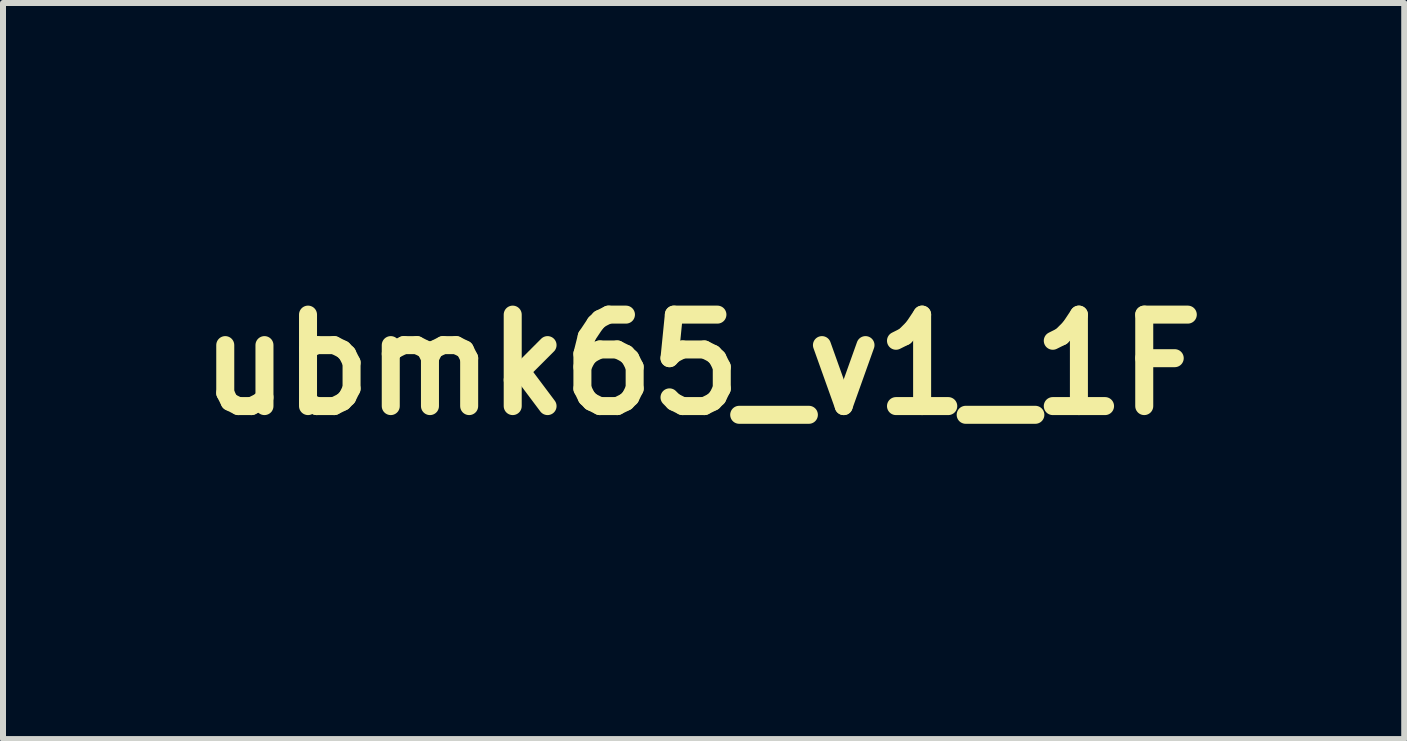
<source format=kicad_pcb>
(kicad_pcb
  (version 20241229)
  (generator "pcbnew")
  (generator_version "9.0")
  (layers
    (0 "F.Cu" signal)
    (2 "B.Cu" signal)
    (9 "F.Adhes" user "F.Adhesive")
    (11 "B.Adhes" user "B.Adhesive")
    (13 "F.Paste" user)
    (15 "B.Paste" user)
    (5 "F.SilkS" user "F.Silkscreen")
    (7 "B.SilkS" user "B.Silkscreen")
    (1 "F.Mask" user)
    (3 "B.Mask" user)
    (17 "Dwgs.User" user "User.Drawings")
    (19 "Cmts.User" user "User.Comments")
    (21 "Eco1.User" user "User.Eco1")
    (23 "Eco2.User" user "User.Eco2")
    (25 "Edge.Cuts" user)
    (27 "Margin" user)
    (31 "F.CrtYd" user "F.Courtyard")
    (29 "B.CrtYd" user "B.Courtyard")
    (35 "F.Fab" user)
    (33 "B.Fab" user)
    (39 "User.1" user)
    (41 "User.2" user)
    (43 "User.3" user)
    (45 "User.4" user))
  (footprint "ubmk65_v1_1F"
    (layer "F.Cu")
    (at 8.65 3.027)
    (property "Reference" "ubmk65_v1_1F" (at 0 0 0) (layer "F.SilkS") (effects (font (size 1.524 1.524) (thickness 0.3))))
    (attr through_hole)
    (fp_poly (pts (xy -5.858 1.968) (xy -5.67 1.968) (xy -5.67 2.249) (xy -6.373 2.249) (xy -6.373 1.968) (xy -6.161 1.968) (xy -6.174 1.418) (xy -6.35 1.403) (xy -6.35 1.148) (xy -5.858 1.148) (xy -5.858 1.968)) (stroke (width 0.01) (type solid)) (fill yes) (layer "F.Mask"))
    (fp_poly (pts (xy -7.123 1.968) (xy -6.936 1.968) (xy -6.936 2.249) (xy -7.639 2.249) (xy -7.639 1.968) (xy -7.426 1.968) (xy -7.433 1.693) (xy -7.44 1.418) (xy -7.615 1.403) (xy -7.615 1.148) (xy -7.123 1.148) (xy -7.123 1.968)) (stroke (width 0.01) (type solid)) (fill yes) (layer "F.Mask"))
    (fp_poly (pts (xy 6.061 0.112) (xy 6.111 0.156) (xy 6.138 0.209) (xy 6.139 0.219) (xy 6.121 0.286) (xy 6.067 0.322) (xy 6.022 0.328) (xy 5.965 0.318) (xy 5.933 0.3) (xy 5.908 0.248) (xy 5.913 0.186) (xy 5.941 0.13) (xy 5.987 0.097) (xy 6.007 0.094) (xy 6.061 0.112)) (stroke (width 0.01) (type solid)) (fill yes) (layer "F.Mask"))
    (fp_poly (pts (xy -6.575 1.964) (xy -6.52 2.013) (xy -6.494 2.079) (xy -6.5 2.151) (xy -6.542 2.216) (xy -6.552 2.224) (xy -6.627 2.266) (xy -6.694 2.263) (xy -6.761 2.215) (xy -6.761 2.215) (xy -6.809 2.148) (xy -6.812 2.081) (xy -6.77 2.007) (xy -6.77 2.007) (xy -6.705 1.955) (xy -6.653 1.945) (xy -6.575 1.964)) (stroke (width 0.01) (type solid)) (fill yes) (layer "F.Mask"))
    (fp_poly (pts (xy -0.428 1.435) (xy -0.176 1.687) (xy -0.422 1.933) (xy -0.508 2.019) (xy -0.584 2.092) (xy -0.641 2.146) (xy -0.674 2.176) (xy -0.68 2.179) (xy -0.7 2.163) (xy -0.746 2.12) (xy -0.814 2.055) (xy -0.896 1.974) (xy -0.937 1.933) (xy -1.183 1.687) (xy -0.931 1.435) (xy -0.68 1.184) (xy -0.428 1.435)) (stroke (width 0.01) (type solid)) (fill yes) (layer "F.Mask"))
    (fp_poly (pts (xy 6.356 -0.733) (xy 6.393 -0.716) (xy 6.464 -0.657) (xy 6.503 -0.575) (xy 6.51 -0.482) (xy 6.487 -0.391) (xy 6.433 -0.312) (xy 6.374 -0.27) (xy 6.278 -0.238) (xy 6.188 -0.248) (xy 6.123 -0.28) (xy 6.044 -0.345) (xy 6.005 -0.426) (xy 5.999 -0.492) (xy 6.019 -0.598) (xy 6.073 -0.679) (xy 6.153 -0.732) (xy 6.25 -0.752) (xy 6.356 -0.733)) (stroke (width 0.01) (type solid)) (fill yes) (layer "F.Mask"))
    (fp_poly (pts (xy -4.78 1.406) (xy -4.99 1.406) (xy -5.092 1.407) (xy -5.157 1.412) (xy -5.195 1.422) (xy -5.217 1.44) (xy -5.226 1.454) (xy -5.244 1.516) (xy -5.244 1.554) (xy -5.237 1.578) (xy -5.219 1.594) (xy -5.18 1.603) (xy -5.11 1.609) (xy -5.032 1.612) (xy -4.827 1.619) (xy -4.827 1.875) (xy -5.249 1.875) (xy -5.249 2.249) (xy -5.577 2.249) (xy -5.577 1.81) (xy -5.576 1.653) (xy -5.574 1.536) (xy -5.571 1.451) (xy -5.564 1.392) (xy -5.555 1.35) (xy -5.541 1.319) (xy -5.532 1.304) (xy -5.487 1.243) (xy -5.437 1.2) (xy -5.375 1.172) (xy -5.29 1.156) (xy -5.174 1.15) (xy -5.067 1.148) (xy -4.78 1.148) (xy -4.78 1.406)) (stroke (width 0.01) (type solid)) (fill yes) (layer "F.Mask"))
    (fp_poly (pts (xy -7.92 -1.246) (xy -7.848 -1.185) (xy -7.757 -1.134) (xy -7.662 -1.128) (xy -7.572 -1.166) (xy -7.552 -1.181) (xy -7.486 -1.238) (xy -7.479 -1.732) (xy -7.472 -2.226) (xy -6.886 -2.226) (xy -6.893 -1.658) (xy -6.901 -1.09) (xy -6.97 -0.965) (xy -7.074 -0.822) (xy -7.21 -0.714) (xy -7.378 -0.64) (xy -7.577 -0.601) (xy -7.623 -0.598) (xy -7.74 -0.596) (xy -7.856 -0.606) (xy -7.92 -0.617) (xy -8.108 -0.681) (xy -8.263 -0.778) (xy -8.384 -0.906) (xy -8.45 -1.019) (xy -8.468 -1.059) (xy -8.481 -1.097) (xy -8.491 -1.141) (xy -8.498 -1.198) (xy -8.502 -1.275) (xy -8.504 -1.378) (xy -8.505 -1.514) (xy -8.505 -1.681) (xy -8.506 -2.226) (xy -7.92 -2.226) (xy -7.92 -1.246)) (stroke (width 0.01) (type solid)) (fill yes) (layer "F.Mask"))
    (fp_poly (pts (xy 1.828 1.153) (xy 1.939 1.17) (xy 2.021 1.203) (xy 2.081 1.255) (xy 2.127 1.33) (xy 2.135 1.345) (xy 2.171 1.465) (xy 2.166 1.575) (xy 2.118 1.678) (xy 2.025 1.778) (xy 1.927 1.851) (xy 1.769 1.957) (xy 1.974 1.963) (xy 2.179 1.97) (xy 2.179 2.249) (xy 1.88 2.248) (xy 1.763 2.246) (xy 1.658 2.241) (xy 1.578 2.235) (xy 1.534 2.227) (xy 1.532 2.226) (xy 1.462 2.176) (xy 1.408 2.099) (xy 1.383 2.013) (xy 1.382 2.002) (xy 1.391 1.944) (xy 1.418 1.889) (xy 1.471 1.829) (xy 1.555 1.759) (xy 1.664 1.679) (xy 1.77 1.597) (xy 1.831 1.53) (xy 1.849 1.477) (xy 1.822 1.44) (xy 1.75 1.416) (xy 1.634 1.406) (xy 1.601 1.406) (xy 1.429 1.406) (xy 1.429 1.148) (xy 1.678 1.148) (xy 1.828 1.153)) (stroke (width 0.01) (type solid)) (fill yes) (layer "F.Mask"))
    (fp_poly (pts (xy 3.819 1.153) (xy 3.931 1.17) (xy 4.012 1.203) (xy 4.072 1.255) (xy 4.119 1.33) (xy 4.126 1.345) (xy 4.163 1.465) (xy 4.158 1.575) (xy 4.11 1.678) (xy 4.017 1.778) (xy 3.919 1.851) (xy 3.761 1.957) (xy 3.966 1.963) (xy 4.171 1.97) (xy 4.171 2.249) (xy 3.872 2.248) (xy 3.754 2.246) (xy 3.65 2.241) (xy 3.57 2.235) (xy 3.525 2.227) (xy 3.524 2.226) (xy 3.453 2.176) (xy 3.399 2.099) (xy 3.375 2.013) (xy 3.374 2.002) (xy 3.382 1.944) (xy 3.41 1.889) (xy 3.463 1.829) (xy 3.547 1.759) (xy 3.655 1.679) (xy 3.761 1.597) (xy 3.823 1.53) (xy 3.841 1.477) (xy 3.814 1.44) (xy 3.742 1.416) (xy 3.626 1.406) (xy 3.592 1.406) (xy 3.421 1.406) (xy 3.421 1.148) (xy 3.67 1.148) (xy 3.819 1.153)) (stroke (width 0.01) (type solid)) (fill yes) (layer "F.Mask"))
    (fp_poly (pts (xy 6.35 -2.311) (xy 6.642 -2.271) (xy 6.918 -2.19) (xy 7.174 -2.068) (xy 7.406 -1.907) (xy 7.611 -1.711) (xy 7.786 -1.481) (xy 7.847 -1.381) (xy 7.901 -1.265) (xy 7.918 -1.171) (xy 7.899 -1.093) (xy 7.851 -1.029) (xy 7.77 -0.974) (xy 7.683 -0.963) (xy 7.598 -0.996) (xy 7.598 -0.996) (xy 7.561 -1.035) (xy 7.515 -1.101) (xy 7.47 -1.177) (xy 7.361 -1.341) (xy 7.217 -1.497) (xy 7.05 -1.633) (xy 6.884 -1.733) (xy 6.648 -1.829) (xy 6.418 -1.881) (xy 6.188 -1.888) (xy 5.951 -1.852) (xy 5.786 -1.804) (xy 5.659 -1.765) (xy 5.566 -1.746) (xy 5.519 -1.748) (xy 5.443 -1.788) (xy 5.392 -1.856) (xy 5.368 -1.94) (xy 5.377 -2.024) (xy 5.42 -2.095) (xy 5.504 -2.155) (xy 5.625 -2.208) (xy 5.774 -2.253) (xy 5.94 -2.287) (xy 6.115 -2.307) (xy 6.288 -2.313) (xy 6.35 -2.311)) (stroke (width 0.01) (type solid)) (fill yes) (layer "F.Mask"))
    (fp_poly (pts (xy 6.499 -1.573) (xy 6.703 -1.508) (xy 6.89 -1.41) (xy 6.952 -1.366) (xy 7.026 -1.298) (xy 7.106 -1.205) (xy 7.18 -1.103) (xy 7.238 -1.007) (xy 7.264 -0.947) (xy 7.277 -0.848) (xy 7.248 -0.763) (xy 7.181 -0.701) (xy 7.155 -0.688) (xy 7.093 -0.664) (xy 7.052 -0.659) (xy 7.011 -0.672) (xy 6.983 -0.686) (xy 6.937 -0.723) (xy 6.883 -0.783) (xy 6.852 -0.827) (xy 6.787 -0.921) (xy 6.731 -0.986) (xy 6.67 -1.036) (xy 6.591 -1.082) (xy 6.554 -1.101) (xy 6.391 -1.158) (xy 6.22 -1.173) (xy 6.052 -1.146) (xy 6.022 -1.136) (xy 5.906 -1.106) (xy 5.816 -1.108) (xy 5.745 -1.143) (xy 5.728 -1.159) (xy 5.686 -1.229) (xy 5.67 -1.316) (xy 5.684 -1.399) (xy 5.703 -1.435) (xy 5.758 -1.481) (xy 5.849 -1.525) (xy 5.963 -1.563) (xy 6.09 -1.591) (xy 6.091 -1.591) (xy 6.291 -1.602) (xy 6.499 -1.573)) (stroke (width 0.01) (type solid)) (fill yes) (layer "F.Mask"))
    (fp_poly (pts (xy 8.311 1.421) (xy 8.406 1.456) (xy 8.514 1.531) (xy 8.589 1.634) (xy 8.631 1.754) (xy 8.638 1.882) (xy 8.608 2.01) (xy 8.54 2.128) (xy 8.526 2.144) (xy 8.44 2.214) (xy 8.338 2.256) (xy 8.233 2.267) (xy 8.136 2.246) (xy 8.08 2.21) (xy 8.059 2.194) (xy 8.047 2.197) (xy 8.04 2.225) (xy 8.037 2.286) (xy 8.037 2.375) (xy 8.037 2.577) (xy 7.73 2.577) (xy 7.737 2.125) (xy 7.742 1.838) (xy 8.037 1.838) (xy 8.056 1.911) (xy 8.104 1.962) (xy 8.168 1.986) (xy 8.235 1.978) (xy 8.283 1.945) (xy 8.318 1.878) (xy 8.321 1.804) (xy 8.296 1.734) (xy 8.249 1.683) (xy 8.186 1.664) (xy 8.138 1.683) (xy 8.088 1.73) (xy 8.05 1.79) (xy 8.037 1.838) (xy 7.742 1.838) (xy 7.744 1.672) (xy 7.812 1.583) (xy 7.911 1.49) (xy 8.034 1.431) (xy 8.171 1.407) (xy 8.311 1.421)) (stroke (width 0.01) (type solid)) (fill yes) (layer "F.Mask"))
    (fp_poly (pts (xy -1.195 -1.637) (xy -1.131 -1.645) (xy -1.102 -1.653) (xy -1.073 -1.674) (xy -1.04 -1.715) (xy -0.998 -1.782) (xy -0.941 -1.881) (xy -0.912 -1.933) (xy -0.757 -2.214) (xy -0.425 -2.221) (xy -0.307 -2.222) (xy -0.207 -2.222) (xy -0.134 -2.219) (xy -0.097 -2.215) (xy -0.094 -2.214) (xy -0.106 -2.19) (xy -0.139 -2.134) (xy -0.189 -2.053) (xy -0.251 -1.954) (xy -0.291 -1.892) (xy -0.488 -1.583) (xy -0.426 -1.545) (xy -0.33 -1.473) (xy -0.259 -1.385) (xy -0.209 -1.273) (xy -0.179 -1.132) (xy -0.165 -0.955) (xy -0.164 -0.866) (xy -0.164 -0.633) (xy -0.746 -0.633) (xy -0.754 -0.881) (xy -0.758 -0.991) (xy -0.763 -1.065) (xy -0.773 -1.114) (xy -0.79 -1.148) (xy -0.816 -1.177) (xy -0.838 -1.197) (xy -0.889 -1.237) (xy -0.94 -1.257) (xy -1.011 -1.265) (xy -1.055 -1.265) (xy -1.195 -1.265) (xy -1.195 -0.633) (xy -1.781 -0.633) (xy -1.781 -2.859) (xy -1.195 -2.859) (xy -1.195 -1.637)) (stroke (width 0.01) (type solid)) (fill yes) (layer "F.Mask"))
    (fp_poly (pts (xy 8.055 -0.117) (xy 8.194 -0.116) (xy 8.298 -0.114) (xy 8.374 -0.111) (xy 8.429 -0.105) (xy 8.467 -0.097) (xy 8.497 -0.085) (xy 8.523 -0.07) (xy 8.532 -0.064) (xy 8.619 0.019) (xy 8.671 0.12) (xy 8.689 0.23) (xy 8.674 0.339) (xy 8.625 0.437) (xy 8.544 0.515) (xy 8.498 0.54) (xy 8.462 0.555) (xy 8.42 0.566) (xy 8.366 0.574) (xy 8.294 0.579) (xy 8.197 0.583) (xy 8.067 0.585) (xy 7.898 0.585) (xy 7.872 0.585) (xy 7.7 0.585) (xy 7.569 0.584) (xy 7.47 0.582) (xy 7.398 0.578) (xy 7.345 0.571) (xy 7.304 0.56) (xy 7.269 0.547) (xy 7.241 0.533) (xy 7.144 0.46) (xy 7.082 0.365) (xy 7.054 0.257) (xy 7.063 0.147) (xy 7.107 0.043) (xy 7.187 -0.046) (xy 7.223 -0.07) (xy 7.249 -0.085) (xy 7.28 -0.096) (xy 7.322 -0.104) (xy 7.379 -0.11) (xy 7.46 -0.114) (xy 7.569 -0.116) (xy 7.713 -0.117) (xy 7.875 -0.117) (xy 8.055 -0.117)) (stroke (width 0.01) (type solid)) (fill yes) (layer "F.Mask"))
    (fp_poly (pts (xy 3.421 -2.226) (xy 2.624 -2.226) (xy 2.624 -2.022) (xy 2.833 -2.009) (xy 3.009 -1.987) (xy 3.152 -1.946) (xy 3.27 -1.881) (xy 3.376 -1.787) (xy 3.387 -1.775) (xy 3.484 -1.635) (xy 3.54 -1.481) (xy 3.557 -1.322) (xy 3.536 -1.164) (xy 3.479 -1.014) (xy 3.387 -0.878) (xy 3.262 -0.764) (xy 3.141 -0.694) (xy 3.103 -0.678) (xy 3.062 -0.665) (xy 3.012 -0.656) (xy 2.945 -0.649) (xy 2.855 -0.645) (xy 2.735 -0.641) (xy 2.579 -0.638) (xy 2.49 -0.637) (xy 1.945 -0.63) (xy 1.945 -1.172) (xy 2.375 -1.172) (xy 2.528 -1.172) (xy 2.642 -1.173) (xy 2.723 -1.177) (xy 2.78 -1.183) (xy 2.818 -1.192) (xy 2.846 -1.205) (xy 2.867 -1.22) (xy 2.919 -1.285) (xy 2.929 -1.336) (xy 2.906 -1.41) (xy 2.867 -1.451) (xy 2.841 -1.469) (xy 2.81 -1.482) (xy 2.767 -1.491) (xy 2.704 -1.496) (xy 2.613 -1.499) (xy 2.487 -1.5) (xy 2.41 -1.5) (xy 2.015 -1.5) (xy 2.015 -2.765) (xy 3.421 -2.765) (xy 3.421 -2.226)) (stroke (width 0.01) (type solid)) (fill yes) (layer "F.Mask"))
    (fp_poly (pts (xy 6.51 -3.014) (xy 6.634 -3.001) (xy 6.951 -2.932) (xy 7.259 -2.82) (xy 7.552 -2.669) (xy 7.824 -2.482) (xy 8.068 -2.263) (xy 8.28 -2.015) (xy 8.348 -1.918) (xy 8.448 -1.761) (xy 8.517 -1.633) (xy 8.556 -1.53) (xy 8.566 -1.448) (xy 8.548 -1.381) (xy 8.504 -1.325) (xy 8.489 -1.312) (xy 8.411 -1.276) (xy 8.32 -1.268) (xy 8.242 -1.291) (xy 8.209 -1.324) (xy 8.168 -1.385) (xy 8.139 -1.437) (xy 7.99 -1.685) (xy 7.807 -1.915) (xy 7.745 -1.98) (xy 7.514 -2.18) (xy 7.26 -2.342) (xy 6.988 -2.465) (xy 6.703 -2.55) (xy 6.411 -2.593) (xy 6.115 -2.595) (xy 5.823 -2.554) (xy 5.537 -2.47) (xy 5.534 -2.468) (xy 5.406 -2.423) (xy 5.311 -2.399) (xy 5.24 -2.396) (xy 5.184 -2.415) (xy 5.133 -2.455) (xy 5.132 -2.456) (xy 5.074 -2.539) (xy 5.062 -2.623) (xy 5.097 -2.705) (xy 5.126 -2.74) (xy 5.218 -2.806) (xy 5.348 -2.867) (xy 5.51 -2.919) (xy 5.694 -2.962) (xy 5.895 -2.994) (xy 6.103 -3.015) (xy 6.31 -3.022) (xy 6.51 -3.014)) (stroke (width 0.01) (type solid)) (fill yes) (layer "F.Mask"))
    (fp_poly (pts (xy 6.608 1.404) (xy 6.081 1.418) (xy 6.081 1.476) (xy 6.083 1.505) (xy 6.096 1.524) (xy 6.131 1.535) (xy 6.195 1.542) (xy 6.271 1.547) (xy 6.374 1.556) (xy 6.445 1.57) (xy 6.5 1.593) (xy 6.545 1.624) (xy 6.621 1.708) (xy 6.662 1.811) (xy 6.668 1.922) (xy 6.643 2.03) (xy 6.586 2.125) (xy 6.5 2.196) (xy 6.466 2.212) (xy 6.402 2.23) (xy 6.315 2.242) (xy 6.195 2.248) (xy 6.08 2.249) (xy 5.788 2.249) (xy 5.788 1.992) (xy 6.032 1.992) (xy 6.15 1.99) (xy 6.229 1.985) (xy 6.28 1.974) (xy 6.31 1.957) (xy 6.314 1.954) (xy 6.345 1.908) (xy 6.335 1.872) (xy 6.281 1.844) (xy 6.184 1.824) (xy 6.114 1.816) (xy 6.011 1.799) (xy 5.922 1.773) (xy 5.884 1.755) (xy 5.805 1.683) (xy 5.759 1.587) (xy 5.744 1.48) (xy 5.76 1.371) (xy 5.809 1.274) (xy 5.888 1.198) (xy 5.892 1.195) (xy 5.929 1.176) (xy 5.972 1.163) (xy 6.029 1.154) (xy 6.111 1.15) (xy 6.227 1.148) (xy 6.288 1.148) (xy 6.608 1.148) (xy 6.608 1.404)) (stroke (width 0.01) (type solid)) (fill yes) (layer "F.Mask"))
    (fp_poly (pts (xy 7.368 1.439) (xy 7.397 1.451) (xy 7.467 1.492) (xy 7.522 1.541) (xy 7.534 1.556) (xy 7.572 1.637) (xy 7.598 1.734) (xy 7.606 1.824) (xy 7.601 1.864) (xy 7.593 1.889) (xy 7.578 1.906) (xy 7.547 1.916) (xy 7.491 1.92) (xy 7.402 1.921) (xy 7.343 1.921) (xy 7.243 1.923) (xy 7.163 1.928) (xy 7.112 1.934) (xy 7.1 1.94) (xy 7.116 1.977) (xy 7.168 2.001) (xy 7.259 2.013) (xy 7.339 2.015) (xy 7.522 2.015) (xy 7.522 2.249) (xy 7.328 2.248) (xy 7.223 2.244) (xy 7.124 2.233) (xy 7.049 2.217) (xy 7.041 2.214) (xy 6.935 2.155) (xy 6.848 2.063) (xy 6.793 1.953) (xy 6.782 1.905) (xy 6.781 1.765) (xy 6.796 1.717) (xy 7.085 1.717) (xy 7.085 1.741) (xy 7.125 1.754) (xy 7.208 1.757) (xy 7.282 1.757) (xy 7.318 1.751) (xy 7.324 1.737) (xy 7.307 1.708) (xy 7.305 1.705) (xy 7.25 1.656) (xy 7.183 1.646) (xy 7.121 1.677) (xy 7.085 1.717) (xy 6.796 1.717) (xy 6.82 1.642) (xy 6.891 1.54) (xy 6.988 1.464) (xy 7.104 1.419) (xy 7.233 1.409) (xy 7.368 1.439)) (stroke (width 0.01) (type solid)) (fill yes) (layer "F.Mask"))
    (fp_poly (pts (xy -7.792 1.43) (xy -7.733 1.433) (xy -7.709 1.436) (xy -7.709 1.436) (xy -7.716 1.464) (xy -7.736 1.526) (xy -7.766 1.614) (xy -7.801 1.719) (xy -7.839 1.83) (xy -7.878 1.94) (xy -7.912 2.038) (xy -7.941 2.116) (xy -7.959 2.164) (xy -7.963 2.172) (xy -8.008 2.217) (xy -8.081 2.253) (xy -8.163 2.271) (xy -8.187 2.272) (xy -8.244 2.26) (xy -8.298 2.237) (xy -8.349 2.199) (xy -8.377 2.162) (xy -8.389 2.128) (xy -8.413 2.06) (xy -8.444 1.969) (xy -8.48 1.864) (xy -8.518 1.754) (xy -8.554 1.647) (xy -8.585 1.553) (xy -8.609 1.482) (xy -8.621 1.442) (xy -8.623 1.436) (xy -8.601 1.433) (xy -8.545 1.43) (xy -8.466 1.429) (xy -8.46 1.429) (xy -8.372 1.431) (xy -8.32 1.439) (xy -8.294 1.454) (xy -8.286 1.47) (xy -8.277 1.51) (xy -8.26 1.583) (xy -8.238 1.678) (xy -8.224 1.741) (xy -8.202 1.836) (xy -8.182 1.91) (xy -8.168 1.953) (xy -8.162 1.96) (xy -8.152 1.934) (xy -8.136 1.872) (xy -8.116 1.787) (xy -8.106 1.742) (xy -8.084 1.643) (xy -8.065 1.556) (xy -8.052 1.496) (xy -8.049 1.482) (xy -8.038 1.454) (xy -8.016 1.438) (xy -7.97 1.431) (xy -7.891 1.429) (xy -7.873 1.429) (xy -7.792 1.43)) (stroke (width 0.01) (type solid)) (fill yes) (layer "F.Mask"))
    (fp_poly (pts (xy 2.941 1.143) (xy 3.058 1.194) (xy 3.152 1.274) (xy 3.167 1.294) (xy 3.189 1.328) (xy 3.205 1.364) (xy 3.214 1.411) (xy 3.219 1.478) (xy 3.221 1.575) (xy 3.222 1.689) (xy 3.221 1.817) (xy 3.219 1.908) (xy 3.214 1.971) (xy 3.204 2.014) (xy 3.188 2.049) (xy 3.164 2.083) (xy 3.159 2.09) (xy 3.096 2.154) (xy 3.021 2.207) (xy 3.006 2.215) (xy 2.907 2.248) (xy 2.79 2.264) (xy 2.678 2.263) (xy 2.617 2.25) (xy 2.516 2.2) (xy 2.425 2.123) (xy 2.36 2.035) (xy 2.358 2.03) (xy 2.339 1.975) (xy 2.327 1.899) (xy 2.321 1.792) (xy 2.32 1.693) (xy 2.624 1.693) (xy 2.626 1.789) (xy 2.633 1.851) (xy 2.648 1.893) (xy 2.675 1.927) (xy 2.682 1.934) (xy 2.731 1.973) (xy 2.774 1.992) (xy 2.777 1.992) (xy 2.818 1.976) (xy 2.867 1.938) (xy 2.871 1.934) (xy 2.901 1.9) (xy 2.918 1.86) (xy 2.927 1.803) (xy 2.929 1.715) (xy 2.929 1.693) (xy 2.924 1.568) (xy 2.905 1.483) (xy 2.87 1.432) (xy 2.816 1.409) (xy 2.777 1.406) (xy 2.71 1.416) (xy 2.665 1.451) (xy 2.638 1.517) (xy 2.626 1.619) (xy 2.624 1.693) (xy 2.32 1.693) (xy 2.32 1.684) (xy 2.321 1.563) (xy 2.326 1.477) (xy 2.336 1.416) (xy 2.352 1.367) (xy 2.373 1.326) (xy 2.451 1.232) (xy 2.557 1.167) (xy 2.681 1.13) (xy 2.812 1.122) (xy 2.941 1.143)) (stroke (width 0.01) (type solid)) (fill yes) (layer "F.Mask"))
    (fp_poly (pts (xy 4.91 1.143) (xy 5.026 1.194) (xy 5.12 1.274) (xy 5.135 1.294) (xy 5.158 1.328) (xy 5.173 1.364) (xy 5.182 1.411) (xy 5.188 1.478) (xy 5.19 1.575) (xy 5.19 1.689) (xy 5.19 1.817) (xy 5.188 1.908) (xy 5.182 1.971) (xy 5.172 2.014) (xy 5.156 2.049) (xy 5.132 2.083) (xy 5.127 2.09) (xy 5.064 2.154) (xy 4.989 2.207) (xy 4.975 2.215) (xy 4.875 2.248) (xy 4.759 2.264) (xy 4.647 2.263) (xy 4.585 2.25) (xy 4.484 2.2) (xy 4.393 2.123) (xy 4.329 2.035) (xy 4.326 2.03) (xy 4.307 1.975) (xy 4.296 1.899) (xy 4.29 1.792) (xy 4.288 1.693) (xy 4.593 1.693) (xy 4.594 1.789) (xy 4.601 1.851) (xy 4.616 1.893) (xy 4.643 1.927) (xy 4.65 1.934) (xy 4.7 1.973) (xy 4.742 1.992) (xy 4.745 1.992) (xy 4.786 1.976) (xy 4.836 1.938) (xy 4.84 1.934) (xy 4.869 1.9) (xy 4.887 1.86) (xy 4.895 1.803) (xy 4.897 1.715) (xy 4.897 1.693) (xy 4.892 1.568) (xy 4.873 1.483) (xy 4.839 1.432) (xy 4.785 1.409) (xy 4.745 1.406) (xy 4.679 1.416) (xy 4.634 1.451) (xy 4.607 1.517) (xy 4.594 1.619) (xy 4.593 1.693) (xy 4.288 1.693) (xy 4.288 1.684) (xy 4.29 1.563) (xy 4.294 1.477) (xy 4.304 1.416) (xy 4.32 1.367) (xy 4.341 1.326) (xy 4.419 1.232) (xy 4.525 1.167) (xy 4.649 1.13) (xy 4.781 1.122) (xy 4.91 1.143)) (stroke (width 0.01) (type solid)) (fill yes) (layer "F.Mask"))
    (fp_poly (pts (xy 1.242 -2.447) (xy 1.171 -2.339) (xy 1.11 -2.244) (xy 1.064 -2.17) (xy 1.037 -2.123) (xy 1.031 -2.11) (xy 1.052 -2.096) (xy 1.105 -2.083) (xy 1.136 -2.077) (xy 1.301 -2.032) (xy 1.45 -1.944) (xy 1.578 -1.819) (xy 1.669 -1.681) (xy 1.695 -1.624) (xy 1.711 -1.563) (xy 1.72 -1.485) (xy 1.722 -1.377) (xy 1.722 -1.359) (xy 1.72 -1.245) (xy 1.713 -1.165) (xy 1.698 -1.103) (xy 1.674 -1.046) (xy 1.668 -1.036) (xy 1.557 -0.874) (xy 1.416 -0.748) (xy 1.319 -0.691) (xy 1.255 -0.661) (xy 1.196 -0.64) (xy 1.131 -0.628) (xy 1.047 -0.621) (xy 0.93 -0.617) (xy 0.914 -0.616) (xy 0.752 -0.616) (xy 0.628 -0.625) (xy 0.551 -0.641) (xy 0.374 -0.72) (xy 0.232 -0.831) (xy 0.125 -0.972) (xy 0.057 -1.139) (xy 0.029 -1.314) (xy 0.028 -1.368) (xy 0.644 -1.368) (xy 0.663 -1.266) (xy 0.716 -1.195) (xy 0.803 -1.156) (xy 0.879 -1.148) (xy 0.971 -1.16) (xy 1.043 -1.202) (xy 1.047 -1.205) (xy 1.091 -1.252) (xy 1.11 -1.306) (xy 1.113 -1.368) (xy 1.095 -1.475) (xy 1.042 -1.552) (xy 0.958 -1.594) (xy 0.876 -1.603) (xy 0.769 -1.583) (xy 0.694 -1.529) (xy 0.652 -1.443) (xy 0.644 -1.368) (xy 0.028 -1.368) (xy 0.027 -1.425) (xy 0.037 -1.531) (xy 0.062 -1.639) (xy 0.103 -1.754) (xy 0.164 -1.883) (xy 0.246 -2.03) (xy 0.353 -2.201) (xy 0.486 -2.403) (xy 0.496 -2.419) (xy 0.73 -2.765) (xy 1.452 -2.765) (xy 1.242 -2.447)) (stroke (width 0.01) (type solid)) (fill yes) (layer "F.Mask"))
    (fp_poly (pts (xy 4.782 -0.064) (xy 4.87 0.019) (xy 4.922 0.12) (xy 4.94 0.23) (xy 4.925 0.339) (xy 4.876 0.437) (xy 4.795 0.515) (xy 4.749 0.54) (xy 4.739 0.545) (xy 4.726 0.549) (xy 4.709 0.553) (xy 4.687 0.556) (xy 4.658 0.56) (xy 4.62 0.563) (xy 4.571 0.565) (xy 4.511 0.568) (xy 4.436 0.57) (xy 4.347 0.572) (xy 4.24 0.574) (xy 4.115 0.576) (xy 3.97 0.577) (xy 3.802 0.579) (xy 3.611 0.58) (xy 3.395 0.581) (xy 3.152 0.582) (xy 2.88 0.583) (xy 2.578 0.583) (xy 2.245 0.584) (xy 1.878 0.584) (xy 1.475 0.584) (xy 1.036 0.585) (xy 0.559 0.585) (xy 0.042 0.585) (xy -0.518 0.585) (xy -1.12 0.585) (xy -1.768 0.585) (xy -1.852 0.585) (xy -8.355 0.586) (xy -8.458 0.533) (xy -8.555 0.46) (xy -8.618 0.365) (xy -8.645 0.257) (xy -8.637 0.147) (xy -8.593 0.043) (xy -8.513 -0.046) (xy -8.477 -0.07) (xy -8.469 -0.075) (xy -8.459 -0.079) (xy -8.446 -0.083) (xy -8.429 -0.087) (xy -8.405 -0.091) (xy -8.373 -0.094) (xy -8.331 -0.097) (xy -8.278 -0.099) (xy -8.212 -0.102) (xy -8.132 -0.104) (xy -8.035 -0.106) (xy -7.921 -0.108) (xy -7.786 -0.109) (xy -7.631 -0.111) (xy -7.453 -0.112) (xy -7.251 -0.113) (xy -7.022 -0.114) (xy -6.766 -0.114) (xy -6.481 -0.115) (xy -6.164 -0.116) (xy -5.815 -0.116) (xy -5.432 -0.116) (xy -5.013 -0.117) (xy -4.556 -0.117) (xy -4.06 -0.117) (xy -3.524 -0.117) (xy -2.945 -0.117) (xy -2.322 -0.117) (xy -1.849 -0.117) (xy 4.703 -0.117) (xy 4.782 -0.064)) (stroke (width 0.01) (type solid)) (fill yes) (layer "F.Mask"))
    (fp_poly (pts (xy -6.045 -2.484) (xy -6.045 -2.357) (xy -6.043 -2.249) (xy -6.04 -2.167) (xy -6.036 -2.118) (xy -6.033 -2.109) (xy -6.008 -2.121) (xy -5.958 -2.151) (xy -5.923 -2.173) (xy -5.872 -2.205) (xy -5.823 -2.224) (xy -5.764 -2.234) (xy -5.68 -2.237) (xy -5.614 -2.237) (xy -5.504 -2.235) (xy -5.425 -2.227) (xy -5.362 -2.211) (xy -5.299 -2.183) (xy -5.282 -2.175) (xy -5.145 -2.08) (xy -5.025 -1.953) (xy -4.936 -1.808) (xy -4.936 -1.807) (xy -4.912 -1.748) (xy -4.897 -1.685) (xy -4.889 -1.605) (xy -4.886 -1.497) (xy -4.886 -1.441) (xy -4.887 -1.323) (xy -4.891 -1.239) (xy -4.902 -1.175) (xy -4.92 -1.118) (xy -4.949 -1.054) (xy -4.951 -1.05) (xy -5.042 -0.911) (xy -5.164 -0.787) (xy -5.304 -0.692) (xy -5.381 -0.657) (xy -5.53 -0.617) (xy -5.698 -0.598) (xy -5.864 -0.6) (xy -5.975 -0.617) (xy -6.168 -0.683) (xy -6.33 -0.783) (xy -6.458 -0.916) (xy -6.552 -1.078) (xy -6.607 -1.263) (xy -6.613 -1.318) (xy -6.618 -1.398) (xy -6.019 -1.398) (xy -5.992 -1.289) (xy -5.981 -1.265) (xy -5.932 -1.202) (xy -5.862 -1.145) (xy -5.787 -1.109) (xy -5.746 -1.101) (xy -5.705 -1.11) (xy -5.645 -1.131) (xy -5.636 -1.134) (xy -5.556 -1.191) (xy -5.501 -1.276) (xy -5.475 -1.377) (xy -5.479 -1.482) (xy -5.515 -1.579) (xy -5.561 -1.636) (xy -5.652 -1.697) (xy -5.745 -1.717) (xy -5.833 -1.702) (xy -5.911 -1.657) (xy -5.972 -1.588) (xy -6.01 -1.5) (xy -6.019 -1.398) (xy -6.618 -1.398) (xy -6.619 -1.413) (xy -6.623 -1.54) (xy -6.627 -1.694) (xy -6.63 -1.867) (xy -6.631 -2.051) (xy -6.631 -2.124) (xy -6.631 -2.859) (xy -6.045 -2.859) (xy -6.045 -2.484)) (stroke (width 0.01) (type solid)) (fill yes) (layer "F.Mask"))
    (fp_poly (pts (xy -2.695 -2.236) (xy -2.61 -2.231) (xy -2.544 -2.219) (xy -2.483 -2.198) (xy -2.437 -2.177) (xy -2.283 -2.081) (xy -2.164 -1.954) (xy -2.103 -1.852) (xy -2.086 -1.816) (xy -2.074 -1.778) (xy -2.064 -1.732) (xy -2.057 -1.671) (xy -2.052 -1.589) (xy -2.048 -1.479) (xy -2.045 -1.334) (xy -2.042 -1.189) (xy -2.034 -0.633) (xy -2.618 -0.633) (xy -2.633 -0.791) (xy -2.638 -0.875) (xy -2.643 -0.991) (xy -2.646 -1.126) (xy -2.648 -1.263) (xy -2.648 -1.281) (xy -2.648 -1.613) (xy -2.72 -1.673) (xy -2.78 -1.713) (xy -2.837 -1.733) (xy -2.847 -1.734) (xy -2.9 -1.719) (xy -2.962 -1.683) (xy -2.974 -1.673) (xy -3.046 -1.613) (xy -3.046 -0.633) (xy -3.629 -0.633) (xy -3.636 -1.113) (xy -3.639 -1.274) (xy -3.642 -1.395) (xy -3.645 -1.483) (xy -3.651 -1.544) (xy -3.659 -1.585) (xy -3.671 -1.613) (xy -3.686 -1.635) (xy -3.702 -1.651) (xy -3.787 -1.711) (xy -3.872 -1.725) (xy -3.956 -1.693) (xy -3.979 -1.675) (xy -4.054 -1.613) (xy -4.054 -0.633) (xy -4.639 -0.633) (xy -4.639 -1.189) (xy -4.639 -1.366) (xy -4.638 -1.502) (xy -4.636 -1.605) (xy -4.632 -1.682) (xy -4.625 -1.738) (xy -4.616 -1.782) (xy -4.603 -1.82) (xy -4.585 -1.859) (xy -4.584 -1.863) (xy -4.49 -2.008) (xy -4.362 -2.122) (xy -4.253 -2.184) (xy -4.19 -2.209) (xy -4.126 -2.226) (xy -4.048 -2.234) (xy -3.942 -2.237) (xy -3.889 -2.238) (xy -3.774 -2.237) (xy -3.692 -2.232) (xy -3.629 -2.22) (xy -3.57 -2.2) (xy -3.501 -2.168) (xy -3.496 -2.166) (xy -3.351 -2.093) (xy -3.205 -2.166) (xy -3.135 -2.198) (xy -3.076 -2.219) (xy -3.013 -2.231) (xy -2.933 -2.237) (xy -2.82 -2.238) (xy -2.813 -2.238) (xy -2.695 -2.236)) (stroke (width 0.01) (type solid)) (fill yes) (layer "F.Mask"))
    (fp_poly (pts (xy 0.334 2.762) (xy 0.885 2.762) (xy 1.432 2.763) (xy 1.975 2.763) (xy 2.51 2.763) (xy 3.036 2.764) (xy 3.551 2.765) (xy 4.053 2.766) (xy 4.539 2.766) (xy 5.009 2.767) (xy 5.459 2.769) (xy 5.889 2.77) (xy 6.295 2.771) (xy 6.676 2.773) (xy 7.03 2.774) (xy 7.355 2.776) (xy 7.648 2.778) (xy 7.909 2.78) (xy 8.134 2.782) (xy 8.323 2.784) (xy 8.472 2.786) (xy 8.58 2.788) (xy 8.645 2.791) (xy 8.665 2.793) (xy 8.68 2.832) (xy 8.69 2.907) (xy 8.693 2.991) (xy 8.687 3.106) (xy 8.666 3.182) (xy 8.628 3.222) (xy 8.576 3.234) (xy 8.524 3.218) (xy 8.496 3.197) (xy 8.47 3.149) (xy 8.459 3.083) (xy 8.459 3.08) (xy 8.459 2.999) (xy -0.057 2.999) (xy -0.812 2.999) (xy -1.521 2.999) (xy -2.187 2.999) (xy -2.81 2.999) (xy -3.391 2.999) (xy -3.933 2.999) (xy -4.436 2.998) (xy -4.902 2.998) (xy -5.332 2.998) (xy -5.729 2.997) (xy -6.092 2.996) (xy -6.424 2.996) (xy -6.725 2.995) (xy -6.998 2.994) (xy -7.244 2.993) (xy -7.464 2.992) (xy -7.66 2.991) (xy -7.832 2.99) (xy -7.983 2.988) (xy -8.113 2.986) (xy -8.225 2.985) (xy -8.319 2.983) (xy -8.397 2.981) (xy -8.46 2.979) (xy -8.51 2.976) (xy -8.548 2.974) (xy -8.576 2.971) (xy -8.595 2.968) (xy -8.606 2.965) (xy -8.609 2.962) (xy -8.641 2.905) (xy -8.642 2.839) (xy -8.618 2.793) (xy -8.592 2.79) (xy -8.522 2.788) (xy -8.408 2.786) (xy -8.254 2.783) (xy -8.061 2.781) (xy -7.831 2.779) (xy -7.566 2.777) (xy -7.268 2.776) (xy -6.94 2.774) (xy -6.582 2.772) (xy -6.198 2.771) (xy -5.788 2.77) (xy -5.356 2.768) (xy -4.903 2.767) (xy -4.431 2.766) (xy -3.943 2.765) (xy -3.439 2.765) (xy -2.923 2.764) (xy -2.395 2.763) (xy -1.859 2.763) (xy -1.316 2.763) (xy -0.768 2.762) (xy -0.217 2.762) (xy 0.334 2.762)) (stroke (width 0.01) (type solid)) (fill yes) (layer "F.Mask")))
  (gr_rect
    (start -3 -3)
    (end 20.348 9.265)
    (stroke (width 0.1) (type default))
    (fill no)
    (layer "Edge.Cuts")))
</source>
